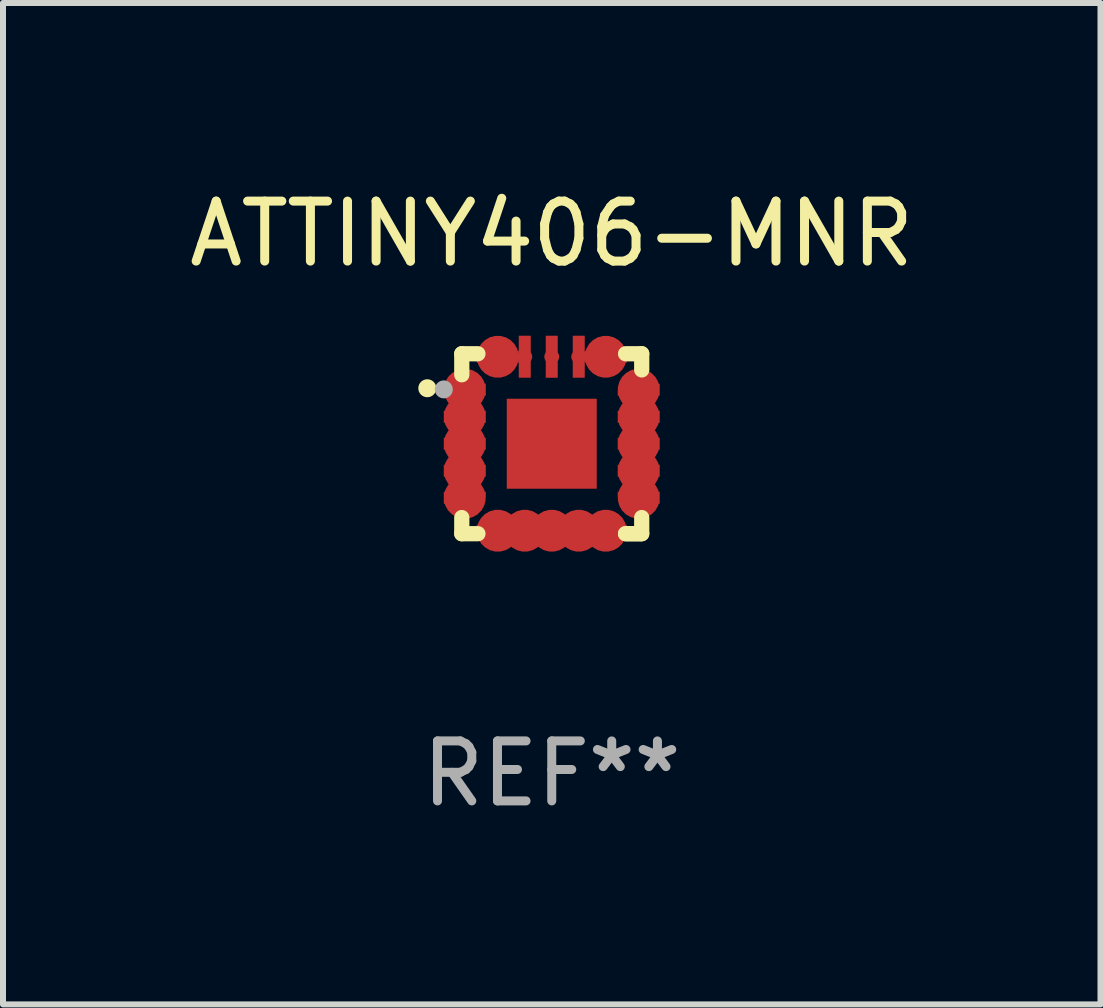
<source format=kicad_pcb>
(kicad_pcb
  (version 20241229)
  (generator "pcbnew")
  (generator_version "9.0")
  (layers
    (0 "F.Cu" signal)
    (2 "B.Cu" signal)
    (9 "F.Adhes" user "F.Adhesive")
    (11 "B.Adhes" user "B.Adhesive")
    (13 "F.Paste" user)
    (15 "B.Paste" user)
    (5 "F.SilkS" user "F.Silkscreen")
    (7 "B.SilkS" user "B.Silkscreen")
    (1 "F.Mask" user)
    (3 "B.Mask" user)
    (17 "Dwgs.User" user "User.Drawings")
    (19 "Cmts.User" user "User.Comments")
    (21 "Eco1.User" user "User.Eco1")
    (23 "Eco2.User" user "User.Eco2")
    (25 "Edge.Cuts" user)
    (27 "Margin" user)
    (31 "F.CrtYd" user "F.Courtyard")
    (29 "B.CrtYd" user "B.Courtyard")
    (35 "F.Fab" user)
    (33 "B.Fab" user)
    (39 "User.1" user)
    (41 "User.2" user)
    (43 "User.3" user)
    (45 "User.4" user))
  (footprint "ATTINY406-MNR"
    (layer "F.Cu")
    (at 6.149 4.348)
    (property "Reference" "ATTINY406-MNR" (at 0 -3.5 0) (layer "F.SilkS") (effects (font (size 1 1) (thickness 0.15))))
    (attr through_hole)
    (fp_line (start -1.5 -1.5) (end -1.5 -1.15) (stroke (width 0.254) (type solid)) (layer "F.SilkS"))
    (fp_line (start -1.5 -1.5) (end -1.231 -1.5) (stroke (width 0.254) (type solid)) (layer "F.SilkS"))
    (fp_line (start -1.5 1.5) (end -1.5 1.231) (stroke (width 0.254) (type solid)) (layer "F.SilkS"))
    (fp_line (start -1.5 1.5) (end -1.231 1.5) (stroke (width 0.254) (type solid)) (layer "F.SilkS"))
    (fp_line (start 1.231 1.5) (end 1.475 1.5) (stroke (width 0.254) (type solid)) (layer "F.SilkS"))
    (fp_line (start 1.231 -1.5) (end 1.5 -1.5) (stroke (width 0.254) (type solid)) (layer "F.SilkS"))
    (fp_line (start 1.5 -1.5) (end 1.5 -1.231) (stroke (width 0.254) (type solid)) (layer "F.SilkS"))
    (fp_line (start 1.5 1.5) (end 1.231 1.5) (stroke (width 0.254) (type solid)) (layer "F.SilkS"))
    (fp_line (start 1.5 1.5) (end 1.5 1.231) (stroke (width 0.254) (type solid)) (layer "F.SilkS"))
    (fp_circle (center -2.075 -0.925) (end -2 -0.925) (stroke (width 0.15) (type solid)) (fill no) (layer "F.SilkS"))
    (fp_circle (center -1.5 -1.506) (end -1.47 -1.506) (stroke (width 0.06) (type solid)) (fill no) (layer "F.SilkS"))
    (fp_circle (center -1.8 -0.906) (end -1.725 -0.906) (stroke (width 0.15) (type solid)) (fill no) (layer "F.Fab"))
    (fp_text user "REF**" (at 0 5.5 0) (layer "F.Fab") (effects (font (size 1 1) (thickness 0.15))))
    (pad "1" smd custom (at -1.45 -0.9 180) (size 0.7 0.2) (layers "F.Cu" "F.Mask" "F.Paste") (options (anchor circle)) (primitives (gr_poly (pts (xy 0.35 0.1) (xy -0.35 0.1) (xy -0.35 -0.1) (xy 0.2 -0.1) (xy 0.25 -0.1) (xy 0.35 0)) (width 0) (fill yes))))
    (pad "2" smd custom (at -1.45 -0.45) (size 0.7 0.25) (layers "F.Cu" "F.Mask" "F.Paste") (options (anchor circle)) (primitives (gr_poly (pts (xy 0.25 0.1) (xy 0.35 0.1) (xy 0.35 -0.1) (xy -0.35 -0.1) (xy -0.35 0.1)) (width 0) (fill yes))))
    (pad "3" smd custom (at -1.45 0.000064) (size 0.7 0.25) (layers "F.Cu" "F.Mask" "F.Paste") (options (anchor circle)) (primitives (gr_poly (pts (xy 0.25 0.1) (xy 0.35 0.1) (xy 0.35 -0.1) (xy -0.35 -0.1) (xy -0.35 0.1)) (width 0) (fill yes))))
    (pad "4" smd custom (at -1.45 0.45) (size 0.7 0.25) (layers "F.Cu" "F.Mask" "F.Paste") (options (anchor circle)) (primitives (gr_poly (pts (xy 0.25 0.1) (xy 0.35 0.1) (xy 0.35 -0.1) (xy -0.35 -0.1) (xy -0.35 0.1)) (width 0) (fill yes))))
    (pad "5" smd custom (at -1.45 0.9) (size 0.7 0.2) (layers "F.Cu" "F.Mask" "F.Paste") (options (anchor circle)) (primitives (gr_poly (pts (xy 0.35 -0.1) (xy -0.35 -0.1) (xy -0.35 0.1) (xy 0.2 0.1) (xy 0.25 0.1) (xy 0.35 0)) (width 0) (fill yes))))
    (pad "6" smd custom (at -0.9 1.45 270) (size 0.7 0.2) (layers "F.Cu" "F.Mask" "F.Paste") (options (anchor circle)) (primitives (gr_poly (pts (xy 0.1 -0.35) (xy 0.1 0.35) (xy -0.1 0.35) (xy -0.1 -0.2) (xy -0.1 -0.25) (xy -0.000127 -0.35)) (width 0) (fill yes))))
    (pad "7" smd custom (at -0.45 1.45 270) (size 0.7 0.25) (layers "F.Cu" "F.Mask" "F.Paste") (options (anchor circle)) (primitives (gr_poly (pts (xy -0.1 0.25) (xy -0.1 0.35) (xy 0.1 0.35) (xy 0.1 -0.35) (xy -0.1 -0.35)) (width 0) (fill yes))))
    (pad "8" smd custom (at 0 1.45 270) (size 0.7 0.25) (layers "F.Cu" "F.Mask" "F.Paste") (options (anchor circle)) (primitives (gr_poly (pts (xy -0.1 0.25) (xy -0.1 0.35) (xy 0.1 0.35) (xy 0.1 -0.35) (xy -0.1 -0.35)) (width 0) (fill yes))))
    (pad "9" smd custom (at 0.45 1.45 90) (size 0.7 0.25) (layers "F.Cu" "F.Mask" "F.Paste") (options (anchor circle)) (primitives (gr_poly (pts (xy 0.1 0.25) (xy 0.1 0.35) (xy -0.1 0.35) (xy -0.1 -0.35) (xy 0.1 -0.35)) (width 0) (fill yes))))
    (pad "10" smd custom (at 0.9 1.45 270) (size 0.7 0.2) (layers "F.Cu" "F.Mask" "F.Paste") (options (anchor circle)) (primitives (gr_poly (pts (xy -0.1 -0.35) (xy -0.1 0.35) (xy 0.1 0.35) (xy 0.1 -0.2) (xy 0.1 -0.25) (xy 0.000127 -0.35)) (width 0) (fill yes))))
    (pad "11" smd custom (at 1.45 0.9) (size 0.7 0.2) (layers "F.Cu" "F.Mask" "F.Paste") (options (anchor circle)) (primitives (gr_poly (pts (xy -0.35 -0.1) (xy 0.35 -0.1) (xy 0.35 0.1) (xy -0.2 0.1) (xy -0.25 0.1) (xy -0.35 0)) (width 0) (fill yes))))
    (pad "12" smd custom (at 1.45 0.45) (size 0.7 0.25) (layers "F.Cu" "F.Mask" "F.Paste") (options (anchor circle)) (primitives (gr_poly (pts (xy -0.25 0.1) (xy -0.35 0.1) (xy -0.35 -0.1) (xy 0.35 -0.1) (xy 0.35 0.1)) (width 0) (fill yes))))
    (pad "13" smd custom (at 1.45 0.000013) (size 0.7 0.25) (layers "F.Cu" "F.Mask" "F.Paste") (options (anchor circle)) (primitives (gr_poly (pts (xy -0.25 0.1) (xy -0.35 0.1) (xy -0.35 -0.1) (xy 0.35 -0.1) (xy 0.35 0.1)) (width 0) (fill yes))))
    (pad "14" smd custom (at 1.45 -0.45) (size 0.7 0.25) (layers "F.Cu" "F.Mask" "F.Paste") (options (anchor circle)) (primitives (gr_poly (pts (xy -0.25 0.1) (xy -0.35 0.1) (xy -0.35 -0.1) (xy 0.35 -0.1) (xy 0.35 0.1)) (width 0) (fill yes))))
    (pad "15" smd custom (at 1.45 -0.9) (size 0.7 0.2) (layers "F.Cu" "F.Mask" "F.Paste") (options (anchor circle)) (primitives (gr_poly (pts (xy -0.35 0.1) (xy 0.35 0.1) (xy 0.35 -0.1) (xy -0.2 -0.1) (xy -0.25 -0.1) (xy -0.35 0)) (width 0) (fill yes))))
    (pad "16" smd custom (at 0.9 -1.45 90) (size 0.7 0.2) (layers "F.Cu" "F.Mask" "F.Paste") (options (anchor circle)) (primitives (gr_poly (pts (xy -0.1 0.35) (xy -0.1 -0.35) (xy 0.1 -0.35) (xy 0.1 0.2) (xy 0.1 0.25) (xy 0.000076 0.35)) (width 0) (fill yes))))
    (pad "17" smd custom (at 0.45 -1.45) (size 0.25 0.7) (layers "F.Cu" "F.Mask" "F.Paste") (options (anchor circle)) (primitives (gr_poly (pts (xy 0.1 0.25) (xy 0.1 0.35) (xy -0.1 0.35) (xy -0.1 -0.35) (xy 0.1 -0.35)) (width 0) (fill yes))))
    (pad "18" smd custom (at 0 -1.45) (size 0.25 0.7) (layers "F.Cu" "F.Mask" "F.Paste") (options (anchor circle)) (primitives (gr_poly (pts (xy 0.1 0.25) (xy 0.1 0.35) (xy -0.1 0.35) (xy -0.1 -0.35) (xy 0.1 -0.35)) (width 0) (fill yes))))
    (pad "19" smd custom (at -0.45 -1.45 180) (size 0.25 0.7) (layers "F.Cu" "F.Mask" "F.Paste") (options (anchor circle)) (primitives (gr_poly (pts (xy -0.1 0.25) (xy -0.1 0.35) (xy 0.1 0.35) (xy 0.1 -0.35) (xy -0.1 -0.35)) (width 0) (fill yes))))
    (pad "21" smd rect (at 0 0.000013) (size 1.5 1.5) (layers "F.Cu" "F.Mask" "F.Paste"))
    (pad "25" smd custom (at -0.9 -1.45 270) (size 0.7 0.2) (layers "F.Cu" "F.Mask" "F.Paste") (options (anchor circle)) (primitives (gr_poly (pts (xy 0.1 0.35) (xy 0.1 -0.35) (xy -0.1 -0.35) (xy -0.1 0.2) (xy -0.1 0.25) (xy -0.000102 0.35)) (width 0) (fill yes)))))
  (gr_rect
    (start -3 -3)
    (end 15.298 13.696)
    (stroke (width 0.1) (type default))
    (fill no)
    (layer "Edge.Cuts")))
</source>
